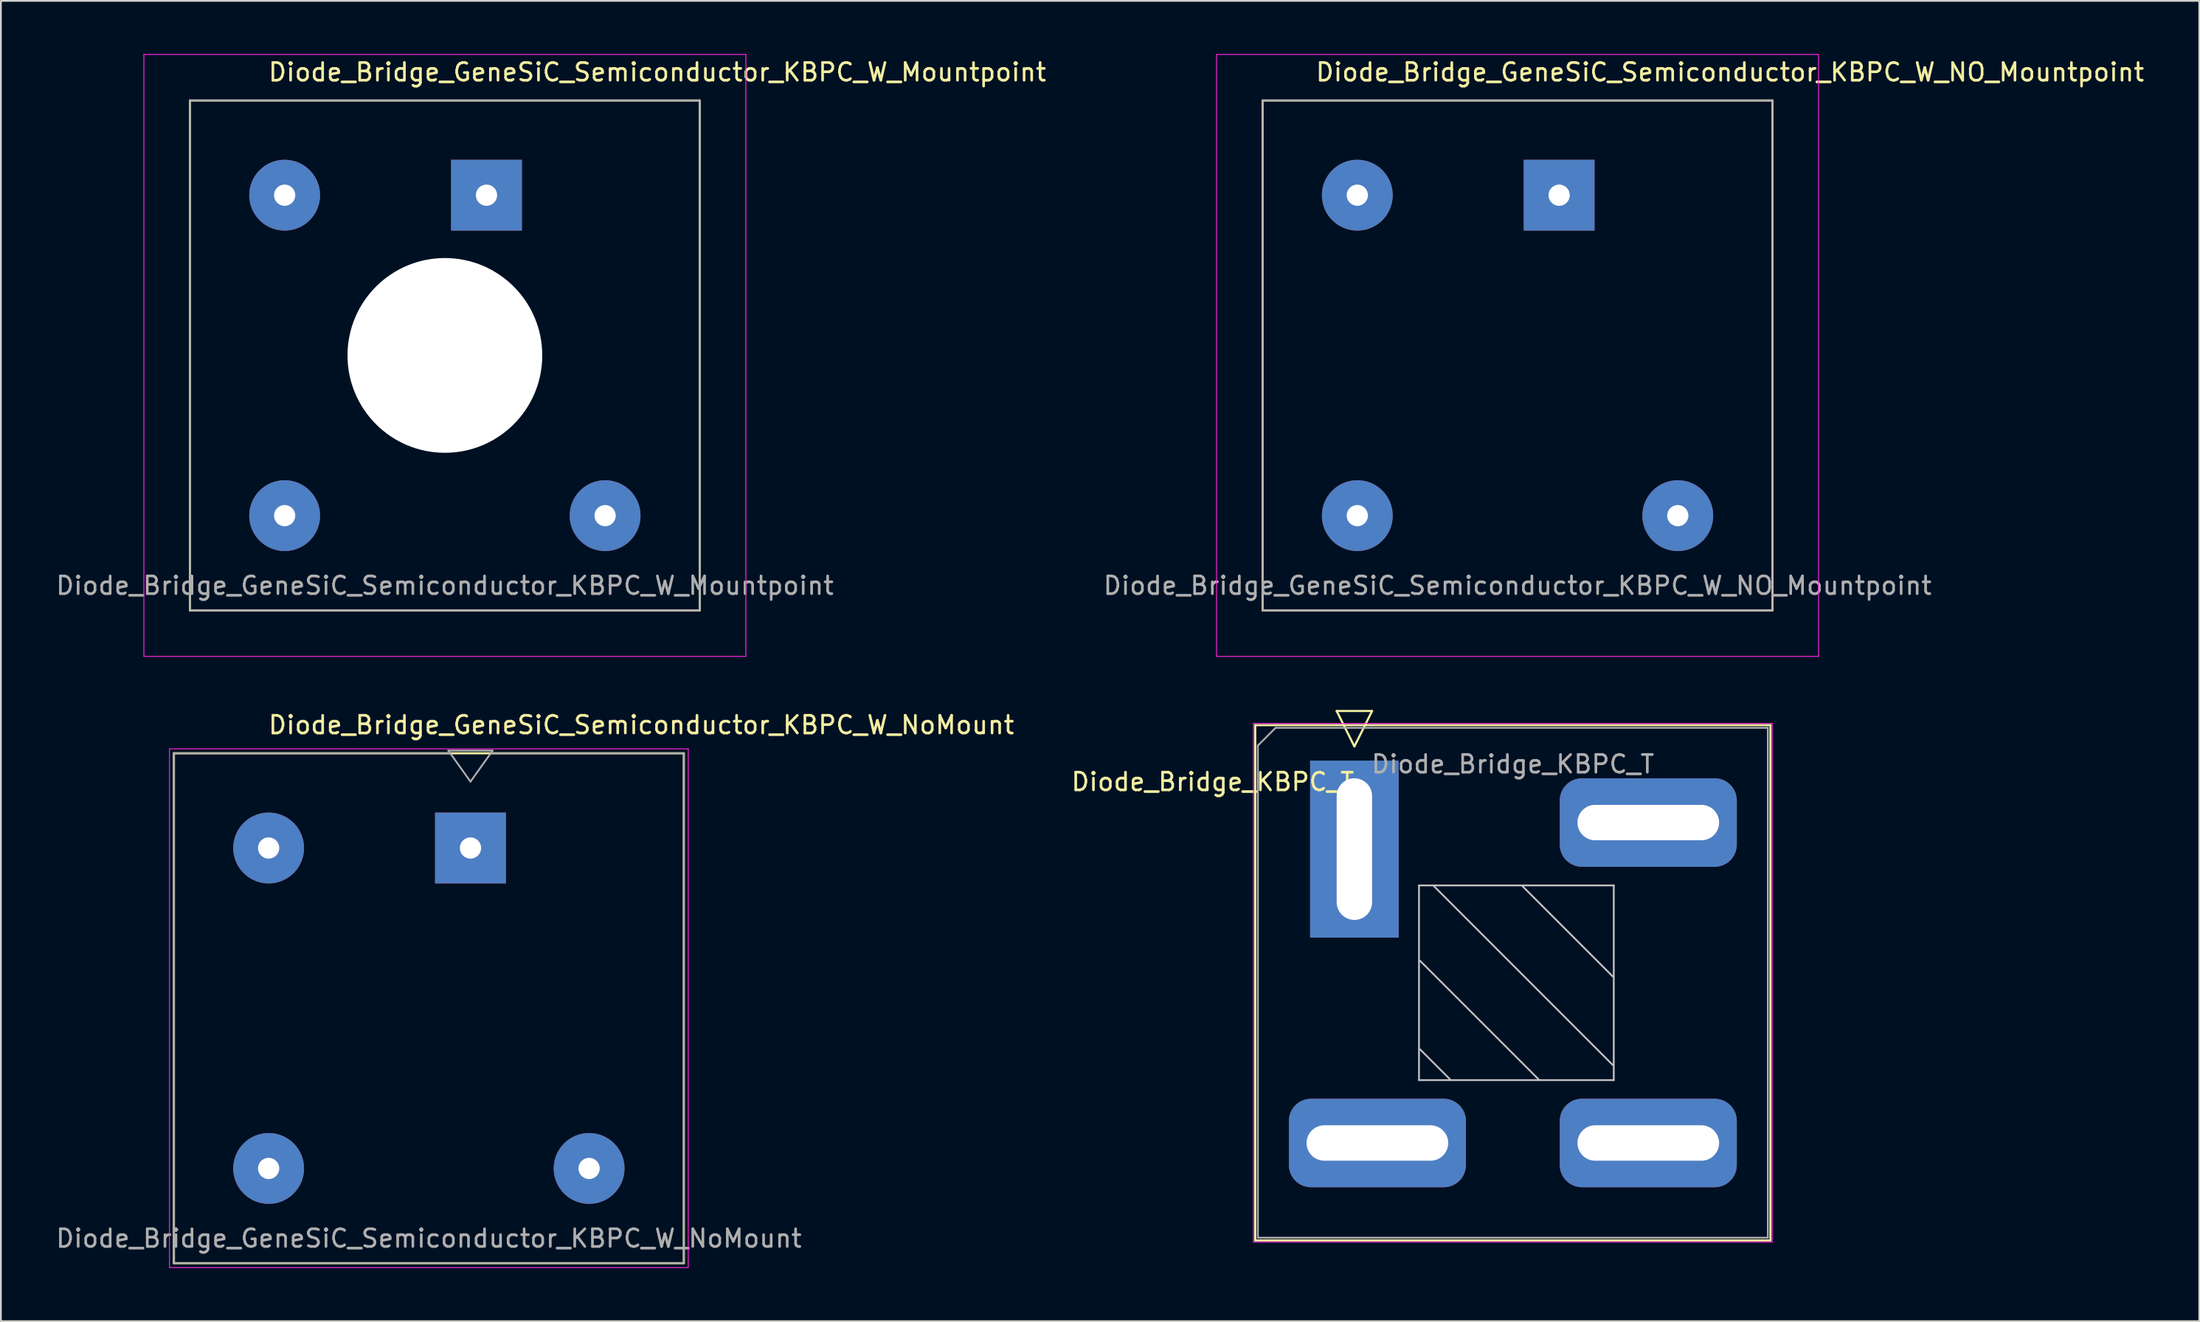
<source format=kicad_pcb>
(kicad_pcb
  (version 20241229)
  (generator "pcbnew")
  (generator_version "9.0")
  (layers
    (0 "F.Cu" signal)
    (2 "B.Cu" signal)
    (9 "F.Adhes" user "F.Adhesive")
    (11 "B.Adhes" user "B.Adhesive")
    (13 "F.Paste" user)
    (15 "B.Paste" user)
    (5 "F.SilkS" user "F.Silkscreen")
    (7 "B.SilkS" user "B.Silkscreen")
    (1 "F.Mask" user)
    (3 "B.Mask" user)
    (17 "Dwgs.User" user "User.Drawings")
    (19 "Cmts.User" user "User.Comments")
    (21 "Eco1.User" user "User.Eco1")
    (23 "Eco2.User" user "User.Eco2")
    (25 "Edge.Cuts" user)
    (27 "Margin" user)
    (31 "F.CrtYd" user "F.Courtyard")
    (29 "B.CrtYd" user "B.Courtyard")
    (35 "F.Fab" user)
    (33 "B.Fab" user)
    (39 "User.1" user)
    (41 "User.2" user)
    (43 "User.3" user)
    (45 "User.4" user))
  (footprint "Diode_Bridge_GeneSiC_Semiconductor_KBPC_W_NO_Mountpoint"
    (layer "F.Cu")
    (at 85.011 7.975)
    (property "Reference" "Diode_Bridge_GeneSiC_Semiconductor_KBPC_W_NO_Mountpoint" (at 9.65 -6.95 180) (layer "F.SilkS") (effects (font (size 1 1) (thickness 0.15))))
    (attr through_hole)
    (fp_line (start -16.75 -5.35) (end 12.05 -5.35) (stroke (width 0.12) (type solid)) (layer "F.SilkS"))
    (fp_line (start -16.75 23.45) (end -16.75 -5.35) (stroke (width 0.12) (type solid)) (layer "F.SilkS"))
    (fp_line (start 12.05 -5.35) (end 12.05 23.45) (stroke (width 0.12) (type solid)) (layer "F.SilkS"))
    (fp_line (start 12.05 23.45) (end -16.75 23.45) (stroke (width 0.12) (type solid)) (layer "F.SilkS"))
    (fp_line (start -19.35 -7.95) (end 14.65 -7.95) (stroke (width 0.05) (type solid)) (layer "F.CrtYd"))
    (fp_line (start -19.35 26.05) (end -19.35 -7.95) (stroke (width 0.05) (type solid)) (layer "F.CrtYd"))
    (fp_line (start 14.65 -7.95) (end 14.65 26.05) (stroke (width 0.05) (type solid)) (layer "F.CrtYd"))
    (fp_line (start 14.65 26.05) (end -19.35 26.05) (stroke (width 0.05) (type solid)) (layer "F.CrtYd"))
    (fp_line (start -16.75 -5.35) (end -16.75 23.45) (stroke (width 0.1) (type solid)) (layer "F.Fab"))
    (fp_line (start -16.75 -5.35) (end 12.05 -5.35) (stroke (width 0.1) (type solid)) (layer "F.Fab"))
    (fp_line (start 12.05 -5.35) (end 12.05 23.45) (stroke (width 0.1) (type solid)) (layer "F.Fab"))
    (fp_line (start 12.05 23.45) (end -16.75 23.45) (stroke (width 0.1) (type solid)) (layer "F.Fab"))
    (fp_text user "${REFERENCE}" (at -2.35 22.05 180) (layer "F.Fab") (effects (font (size 1 1) (thickness 0.15))))
    (pad "1" thru_hole rect (at 0 0 90) (size 4 4) (drill 1.2) (layers "*.Cu" "*.Mask"))
    (pad "2" thru_hole circle (at 6.7 18.1 90) (size 4 4) (drill 1.2) (layers "*.Cu" "*.Mask"))
    (pad "3" thru_hole circle (at -11.4 18.1 180) (size 4 4) (drill 1.2) (layers "*.Cu" "*.Mask"))
    (pad "4" thru_hole circle (at -11.4 0 90) (size 4 4) (drill 1.2) (layers "*.Cu" "*.Mask")))
  (footprint "Diode_Bridge_GeneSiC_Semiconductor_KBPC_W_Mountpoint"
    (layer "F.Cu")
    (at 24.427 7.975)
    (property "Reference" "Diode_Bridge_GeneSiC_Semiconductor_KBPC_W_Mountpoint" (at 9.65 -6.95 180) (layer "F.SilkS") (effects (font (size 1 1) (thickness 0.15))))
    (attr through_hole)
    (fp_line (start -16.75 -5.35) (end 12.05 -5.35) (stroke (width 0.12) (type solid)) (layer "F.SilkS"))
    (fp_line (start -16.75 23.45) (end -16.75 -5.35) (stroke (width 0.12) (type solid)) (layer "F.SilkS"))
    (fp_line (start 12.05 -5.35) (end 12.05 23.45) (stroke (width 0.12) (type solid)) (layer "F.SilkS"))
    (fp_line (start 12.05 23.45) (end -16.75 23.45) (stroke (width 0.12) (type solid)) (layer "F.SilkS"))
    (fp_line (start -19.35 -7.95) (end 14.65 -7.95) (stroke (width 0.05) (type solid)) (layer "F.CrtYd"))
    (fp_line (start -19.35 26.05) (end -19.35 -7.95) (stroke (width 0.05) (type solid)) (layer "F.CrtYd"))
    (fp_line (start 14.65 -7.95) (end 14.65 26.05) (stroke (width 0.05) (type solid)) (layer "F.CrtYd"))
    (fp_line (start 14.65 26.05) (end -19.35 26.05) (stroke (width 0.05) (type solid)) (layer "F.CrtYd"))
    (fp_line (start -16.75 -5.35) (end -16.75 23.45) (stroke (width 0.1) (type solid)) (layer "F.Fab"))
    (fp_line (start -16.75 -5.35) (end 12.05 -5.35) (stroke (width 0.1) (type solid)) (layer "F.Fab"))
    (fp_line (start 12.05 -5.35) (end 12.05 23.45) (stroke (width 0.1) (type solid)) (layer "F.Fab"))
    (fp_line (start 12.05 23.45) (end -16.75 23.45) (stroke (width 0.1) (type solid)) (layer "F.Fab"))
    (fp_text user "${REFERENCE}" (at -2.35 22.05 180) (layer "F.Fab") (effects (font (size 1 1) (thickness 0.15))))
    (pad "" np_thru_hole circle (at -2.35 9.05 180) (size 11 11) (drill 11) (layers "*.Cu" "*.Mask"))
    (pad "1" thru_hole rect (at 0 0 90) (size 4 4) (drill 1.2) (layers "*.Cu" "*.Mask"))
    (pad "2" thru_hole circle (at 6.7 18.1 90) (size 4 4) (drill 1.2) (layers "*.Cu" "*.Mask"))
    (pad "3" thru_hole circle (at -11.4 18.1 180) (size 4 4) (drill 1.2) (layers "*.Cu" "*.Mask"))
    (pad "4" thru_hole circle (at -11.4 0 90) (size 4 4) (drill 1.2) (layers "*.Cu" "*.Mask")))
  (footprint "Diode_Bridge_KBPC_T"
    (layer "F.Cu")
    (at 73.446 44.91)
    (property "Reference" "Diode_Bridge_KBPC_T" (at -8 -3.8 180) (layer "F.SilkS") (effects (font (size 1 1) (thickness 0.15))))
    (attr through_hole)
    (fp_line (start -5.6 -7) (end 23.5 -7) (stroke (width 0.12) (type solid)) (layer "F.SilkS"))
    (fp_line (start -5.6 22.1) (end -5.6 -7) (stroke (width 0.12) (type solid)) (layer "F.SilkS"))
    (fp_line (start -1 -7.8) (end 1 -7.8) (stroke (width 0.12) (type solid)) (layer "F.SilkS"))
    (fp_line (start 0 -5.8) (end -1 -7.8) (stroke (width 0.12) (type solid)) (layer "F.SilkS"))
    (fp_line (start 1 -7.8) (end 0 -5.8) (stroke (width 0.12) (type solid)) (layer "F.SilkS"))
    (fp_line (start 23.5 -7) (end 23.5 22.1) (stroke (width 0.12) (type solid)) (layer "F.SilkS"))
    (fp_line (start 23.5 22.1) (end -5.6 22.1) (stroke (width 0.12) (type solid)) (layer "F.SilkS"))
    (fp_line (start 3.65 2.05) (end 14.65 2.05) (stroke (width 0.1) (type solid)) (layer "Dwgs.User"))
    (fp_line (start 3.65 13.05) (end 3.65 2.05) (stroke (width 0.1) (type solid)) (layer "Dwgs.User"))
    (fp_line (start 5.4 13) (end 3.7 11.3) (stroke (width 0.1) (type solid)) (layer "Dwgs.User"))
    (fp_line (start 10.4 13) (end 3.7 6.3) (stroke (width 0.1) (type solid)) (layer "Dwgs.User"))
    (fp_line (start 14.6 7.2) (end 9.5 2.1) (stroke (width 0.1) (type solid)) (layer "Dwgs.User"))
    (fp_line (start 14.6 12.2) (end 4.5 2.1) (stroke (width 0.1) (type solid)) (layer "Dwgs.User"))
    (fp_line (start 14.65 2.05) (end 14.65 13.05) (stroke (width 0.1) (type solid)) (layer "Dwgs.User"))
    (fp_line (start 14.65 13.05) (end 3.65 13.05) (stroke (width 0.1) (type solid)) (layer "Dwgs.User"))
    (fp_line (start -5.7 -7.1) (end 23.6 -7.1) (stroke (width 0.05) (type solid)) (layer "F.CrtYd"))
    (fp_line (start -5.7 22.2) (end -5.7 -7.1) (stroke (width 0.05) (type solid)) (layer "F.CrtYd"))
    (fp_line (start 23.6 -7.1) (end 23.6 22.2) (stroke (width 0.05) (type solid)) (layer "F.CrtYd"))
    (fp_line (start 23.6 22.2) (end -5.7 22.2) (stroke (width 0.05) (type solid)) (layer "F.CrtYd"))
    (fp_line (start -5.45 21.95) (end -5.45 -5.85) (stroke (width 0.1) (type solid)) (layer "F.Fab"))
    (fp_line (start -5.45 21.95) (end 23.35 21.95) (stroke (width 0.1) (type solid)) (layer "F.Fab"))
    (fp_line (start -4.45 -6.85) (end -5.45 -5.85) (stroke (width 0.1) (type solid)) (layer "F.Fab"))
    (fp_line (start -4.45 -6.85) (end 23.35 -6.85) (stroke (width 0.1) (type solid)) (layer "F.Fab"))
    (fp_line (start 23.35 -6.85) (end 23.35 21.95) (stroke (width 0.1) (type solid)) (layer "F.Fab"))
    (fp_text user "${REFERENCE}" (at 8.95 -4.8 180) (layer "F.Fab") (effects (font (size 1 1) (thickness 0.15))))
    (pad "1" thru_hole rect (at 0 0 90) (size 10 5) (drill oval 8 2) (layers "*.Cu" "*.Mask"))
    (pad "2" thru_hole roundrect (at 16.6 -1.5) (size 10 5) (drill oval 8 2) (layers "*.Cu" "*.Mask") (roundrect_rratio 0.25))
    (pad "3" thru_hole roundrect (at 16.6 16.6) (size 10 5) (drill oval 8 2) (layers "*.Cu" "*.Mask") (roundrect_rratio 0.25))
    (pad "4" thru_hole roundrect (at 1.3 16.6) (size 10 5) (drill oval 8 2) (layers "*.Cu" "*.Mask") (roundrect_rratio 0.25)))
  (footprint "Diode_Bridge_GeneSiC_Semiconductor_KBPC_W_NoMount"
    (layer "F.Cu")
    (at 23.523 44.848)
    (property "Reference" "Diode_Bridge_GeneSiC_Semiconductor_KBPC_W_NoMount" (at 9.65 -6.95 180) (layer "F.SilkS") (effects (font (size 1 1) (thickness 0.15))))
    (attr through_hole)
    (fp_line (start -16.75 -5.35) (end 12.05 -5.35) (stroke (width 0.12) (type solid)) (layer "F.SilkS"))
    (fp_line (start -16.75 23.45) (end -16.75 -5.35) (stroke (width 0.12) (type solid)) (layer "F.SilkS"))
    (fp_line (start 12.05 -5.35) (end 12.05 23.45) (stroke (width 0.12) (type solid)) (layer "F.SilkS"))
    (fp_line (start 12.05 23.45) (end -16.75 23.45) (stroke (width 0.12) (type solid)) (layer "F.SilkS"))
    (fp_line (start -17 -5.6) (end 12.3 -5.6) (stroke (width 0.05) (type solid)) (layer "F.CrtYd"))
    (fp_line (start -17 23.7) (end -17 -5.6) (stroke (width 0.05) (type solid)) (layer "F.CrtYd"))
    (fp_line (start 12.3 -5.6) (end 12.3 23.7) (stroke (width 0.05) (type solid)) (layer "F.CrtYd"))
    (fp_line (start 12.3 23.7) (end -17 23.7) (stroke (width 0.05) (type solid)) (layer "F.CrtYd"))
    (fp_line (start -16.75 -5.35) (end -16.75 23.45) (stroke (width 0.1) (type solid)) (layer "F.Fab"))
    (fp_line (start -16.75 -5.35) (end -1.15 -5.35) (stroke (width 0.1) (type solid)) (layer "F.Fab"))
    (fp_line (start -1.25 -5.5) (end 1.25 -5.5) (stroke (width 0.1) (type solid)) (layer "F.Fab"))
    (fp_line (start 0 -3.75) (end -1.25 -5.5) (stroke (width 0.1) (type solid)) (layer "F.Fab"))
    (fp_line (start 1.15 -5.35) (end 12.05 -5.35) (stroke (width 0.1) (type solid)) (layer "F.Fab"))
    (fp_line (start 1.25 -5.5) (end 0 -3.75) (stroke (width 0.1) (type solid)) (layer "F.Fab"))
    (fp_line (start 12.05 -5.35) (end 12.05 23.45) (stroke (width 0.1) (type solid)) (layer "F.Fab"))
    (fp_line (start 12.05 23.45) (end -16.75 23.45) (stroke (width 0.1) (type solid)) (layer "F.Fab"))
    (fp_text user "${REFERENCE}" (at -2.35 22.05 180) (layer "F.Fab") (effects (font (size 1 1) (thickness 0.15))))
    (pad "1" thru_hole rect (at 0 0 90) (size 4 4) (drill 1.2) (layers "*.Cu" "*.Mask"))
    (pad "2" thru_hole circle (at 6.7 18.1 90) (size 4 4) (drill 1.2) (layers "*.Cu" "*.Mask"))
    (pad "3" thru_hole circle (at -11.4 18.1 180) (size 4 4) (drill 1.2) (layers "*.Cu" "*.Mask"))
    (pad "4" thru_hole circle (at -11.4 0 90) (size 4 4) (drill 1.2) (layers "*.Cu" "*.Mask")))
  (gr_rect
    (start -3 -3)
    (end 121.167 71.573)
    (stroke (width 0.1) (type default))
    (fill no)
    (layer "Edge.Cuts")))
</source>
